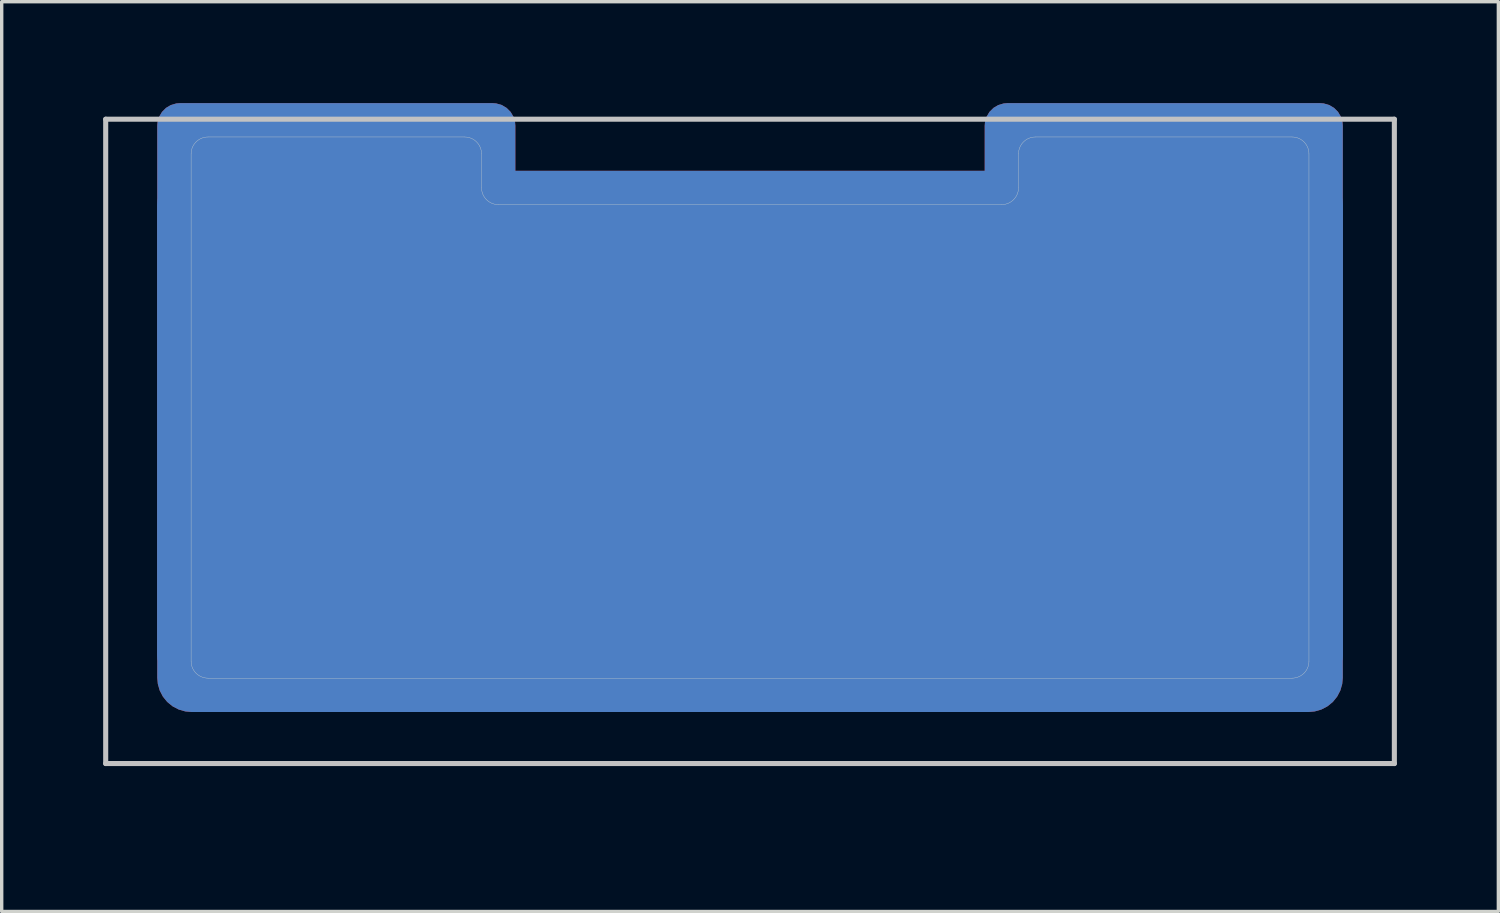
<source format=kicad_pcb>
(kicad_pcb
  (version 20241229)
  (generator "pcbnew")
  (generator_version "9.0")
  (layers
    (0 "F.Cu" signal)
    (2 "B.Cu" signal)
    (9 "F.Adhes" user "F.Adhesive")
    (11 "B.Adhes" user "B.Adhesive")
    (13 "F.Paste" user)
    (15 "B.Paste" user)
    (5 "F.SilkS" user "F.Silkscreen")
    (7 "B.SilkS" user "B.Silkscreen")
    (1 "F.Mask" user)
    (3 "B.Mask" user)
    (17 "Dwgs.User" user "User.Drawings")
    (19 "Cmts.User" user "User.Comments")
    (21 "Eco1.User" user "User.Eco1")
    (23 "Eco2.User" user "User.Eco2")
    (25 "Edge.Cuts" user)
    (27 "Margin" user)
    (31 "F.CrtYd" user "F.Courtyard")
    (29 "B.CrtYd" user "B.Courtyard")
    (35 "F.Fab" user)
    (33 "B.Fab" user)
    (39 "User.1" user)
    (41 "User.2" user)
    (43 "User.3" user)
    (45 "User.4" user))
  (footprint "MX_Cutout_2u_1u-1u"
    (layer "F.Cu")
    (at 19.125 10)
    (property "Reference" "MX_Cutout_2u_1u-1u" (at 0.25 10.05 0) (layer "Eco2.User") (effects (font (size 1 1) (thickness 0.15))))
    (fp_line (start -19.05 9.525) (end -19.05 -9.525) (stroke (width 0.15) (type solid)) (layer "Dwgs.User"))
    (fp_line (start 19.05 -9.525) (end -19.05 -9.525) (stroke (width 0.15) (type solid)) (layer "Dwgs.User"))
    (fp_line (start 19.05 9.525) (end -19.05 9.525) (stroke (width 0.15) (type solid)) (layer "Dwgs.User"))
    (fp_line (start 19.05 9.525) (end 19.05 -9.525) (stroke (width 0.15) (type solid)) (layer "Dwgs.User"))
    (fp_line (start -16.525 -8.5) (end -16.525 6.5) (stroke (width 0.01) (type solid)) (layer "Edge.Cuts"))
    (fp_line (start -16.025 7) (end 16.025 7) (stroke (width 0.01) (type solid)) (layer "Edge.Cuts"))
    (fp_line (start -8.438 -9) (end -16.025 -9) (stroke (width 0.01) (type solid)) (layer "Edge.Cuts"))
    (fp_line (start -7.938 -7.5) (end -7.938 -8.5) (stroke (width 0.01) (type solid)) (layer "Edge.Cuts"))
    (fp_line (start 7.438 -7) (end -7.438 -7) (stroke (width 0.01) (type solid)) (layer "Edge.Cuts"))
    (fp_line (start 7.938 -8.5) (end 7.938 -7.5) (stroke (width 0.01) (type solid)) (layer "Edge.Cuts"))
    (fp_line (start 16.025 -9) (end 8.438 -9) (stroke (width 0.01) (type solid)) (layer "Edge.Cuts"))
    (fp_line (start 16.525 6.5) (end 16.525 -8.5) (stroke (width 0.01) (type solid)) (layer "Edge.Cuts"))
    (fp_arc (start -16.525 -8.5) (mid -16.378553 -8.853553) (end -16.025 -9) (stroke (width 0.01) (type solid)) (layer "Edge.Cuts"))
    (fp_arc (start -16.025 7) (mid -16.378553 6.853553) (end -16.525 6.5) (stroke (width 0.01) (type solid)) (layer "Edge.Cuts"))
    (fp_arc (start -8.438 -9) (mid -8.084447 -8.853553) (end -7.938 -8.5) (stroke (width 0.01) (type solid)) (layer "Edge.Cuts"))
    (fp_arc (start -7.438 -7) (mid -7.791553 -7.146447) (end -7.938 -7.5) (stroke (width 0.01) (type solid)) (layer "Edge.Cuts"))
    (fp_arc (start 7.938 -8.5) (mid 8.084447 -8.853553) (end 8.438 -9) (stroke (width 0.01) (type solid)) (layer "Edge.Cuts"))
    (fp_arc (start 7.938 -7.5) (mid 7.791553 -7.146447) (end 7.438 -7) (stroke (width 0.01) (type solid)) (layer "Edge.Cuts"))
    (fp_arc (start 16.025 -9) (mid 16.378553 -8.853553) (end 16.525 -8.5) (stroke (width 0.01) (type solid)) (layer "Edge.Cuts"))
    (fp_arc (start 16.525 6.5) (mid 16.378553 6.853553) (end 16.025 7) (stroke (width 0.01) (type solid)) (layer "Edge.Cuts"))
    (pad "1" smd roundrect (at -12.232 -1.5) (size 10.587 17) (layers "F.Cu" "F.Mask") (roundrect_rratio 0.063))
    (pad "1" smd roundrect (at -12.232 -1.5) (size 10.587 17) (layers "B.Cu" "B.Mask") (roundrect_rratio 0.063))
    (pad "1" smd roundrect (at 0 0) (size 35.05 16) (layers "F.Cu" "F.Mask") (roundrect_rratio 0.063))
    (pad "1" smd roundrect (at 0 0) (size 35.05 16) (layers "B.Cu" "B.Mask") (roundrect_rratio 0.063))
    (pad "1" smd roundrect (at 12.232 -1.5) (size 10.587 17) (layers "F.Cu" "F.Mask") (roundrect_rratio 0.063))
    (pad "1" smd roundrect (at 12.232 -1.5) (size 10.587 17) (layers "B.Cu" "B.Mask") (roundrect_rratio 0.063)))
  (gr_rect
    (start -3 -3)
    (end 41.25 23.898)
    (stroke (width 0.1) (type default))
    (fill no)
    (layer "Edge.Cuts")))
</source>
